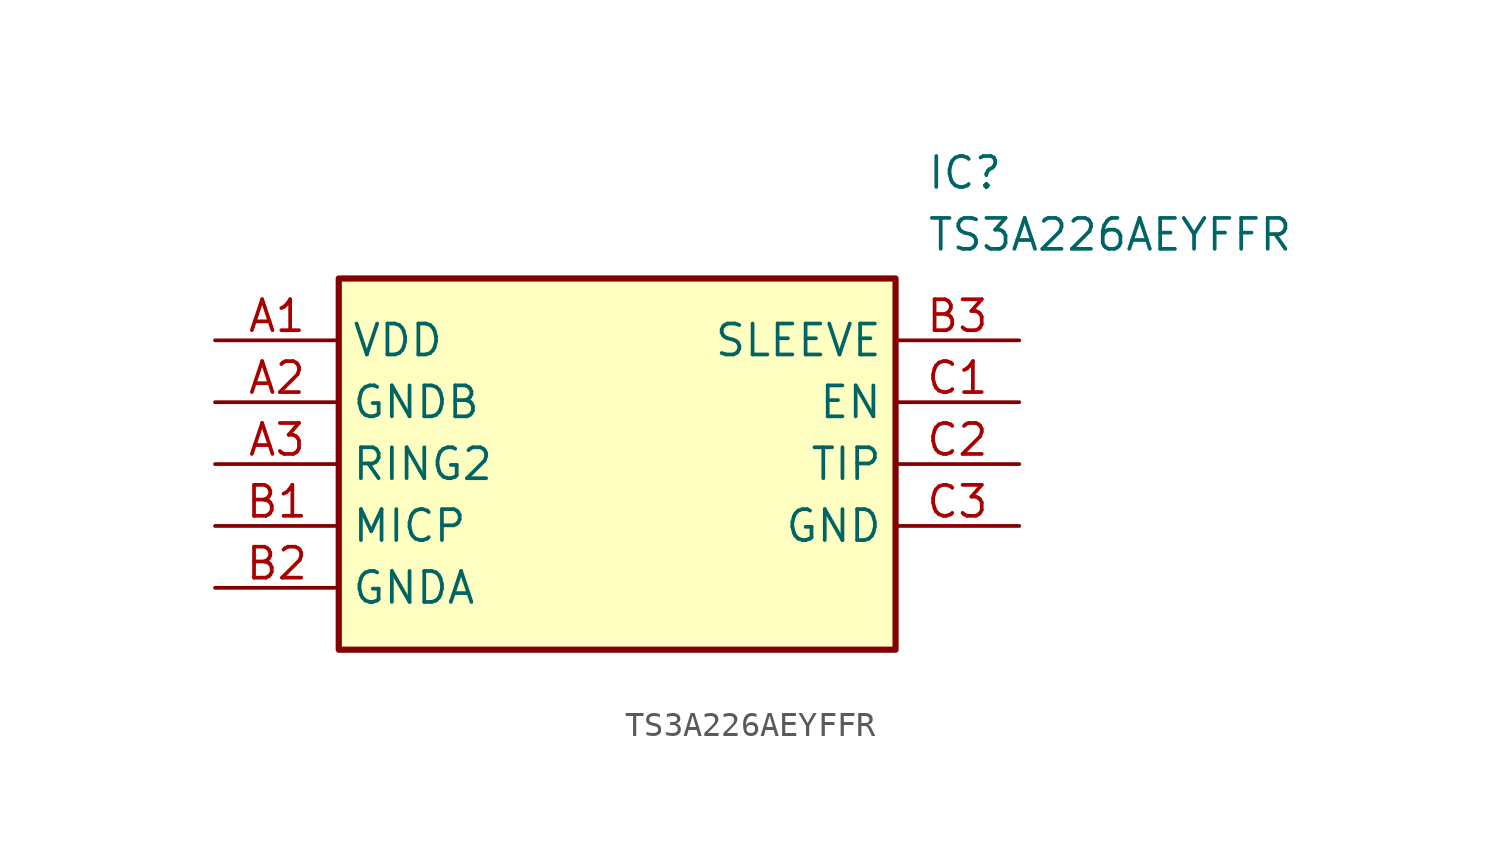
<source format=kicad_sym>
(kicad_symbol_lib
  (version 20211014)
  (generator SamacSys_ECAD_Model)
  (symbol "TS3A226AEYFFR"
    (property "Reference" "IC"
      (at 29.21 7.62 0)
      (effects (font (size 1.27 1.27)) (justify left top)))
    (property "Value" "TS3A226AEYFFR"
      (at 29.21 5.08 0)
      (effects (font (size 1.27 1.27)) (justify left top)))
    (rectangle
      (start 5.08 2.54)
      (end 27.94 -12.7)
      (stroke (width 0.254) (type default))
      (fill (type background)))
    (pin passive line
      (at 0 0 0)
      (length 5.08)
      (name "VDD" (effects (font (size 1.27 1.27))))
      (number "A1" (effects (font (size 1.27 1.27)))))
    (pin passive line
      (at 0 -2.54 0)
      (length 5.08)
      (name "GNDB" (effects (font (size 1.27 1.27))))
      (number "A2" (effects (font (size 1.27 1.27)))))
    (pin passive line
      (at 0 -5.08 0)
      (length 5.08)
      (name "RING2" (effects (font (size 1.27 1.27))))
      (number "A3" (effects (font (size 1.27 1.27)))))
    (pin passive line
      (at 0 -7.62 0)
      (length 5.08)
      (name "MICP" (effects (font (size 1.27 1.27))))
      (number "B1" (effects (font (size 1.27 1.27)))))
    (pin passive line
      (at 0 -10.16 0)
      (length 5.08)
      (name "GNDA" (effects (font (size 1.27 1.27))))
      (number "B2" (effects (font (size 1.27 1.27)))))
    (pin passive line
      (at 33.02 0 180)
      (length 5.08)
      (name "SLEEVE" (effects (font (size 1.27 1.27))))
      (number "B3" (effects (font (size 1.27 1.27)))))
    (pin passive line
      (at 33.02 -2.54 180)
      (length 5.08)
      (name "EN" (effects (font (size 1.27 1.27))))
      (number "C1" (effects (font (size 1.27 1.27)))))
    (pin passive line
      (at 33.02 -5.08 180)
      (length 5.08)
      (name "TIP" (effects (font (size 1.27 1.27))))
      (number "C2" (effects (font (size 1.27 1.27)))))
    (pin passive line
      (at 33.02 -7.62 180)
      (length 5.08)
      (name "GND" (effects (font (size 1.27 1.27))))
      (number "C3" (effects (font (size 1.27 1.27)))))))
</source>
